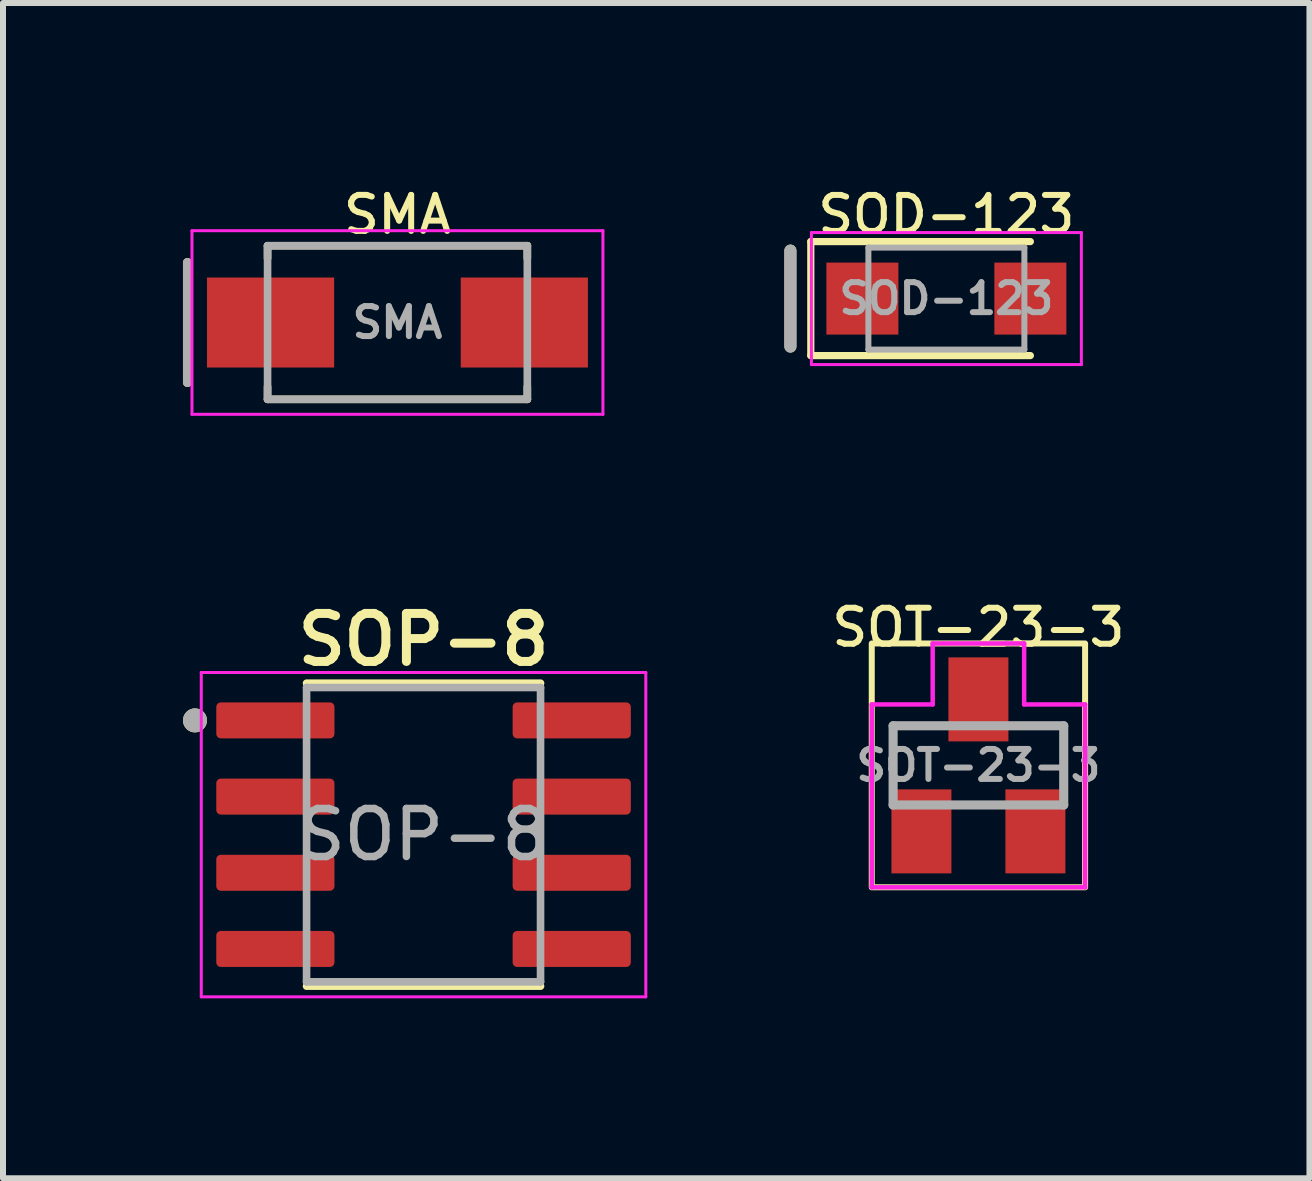
<source format=kicad_pcb>
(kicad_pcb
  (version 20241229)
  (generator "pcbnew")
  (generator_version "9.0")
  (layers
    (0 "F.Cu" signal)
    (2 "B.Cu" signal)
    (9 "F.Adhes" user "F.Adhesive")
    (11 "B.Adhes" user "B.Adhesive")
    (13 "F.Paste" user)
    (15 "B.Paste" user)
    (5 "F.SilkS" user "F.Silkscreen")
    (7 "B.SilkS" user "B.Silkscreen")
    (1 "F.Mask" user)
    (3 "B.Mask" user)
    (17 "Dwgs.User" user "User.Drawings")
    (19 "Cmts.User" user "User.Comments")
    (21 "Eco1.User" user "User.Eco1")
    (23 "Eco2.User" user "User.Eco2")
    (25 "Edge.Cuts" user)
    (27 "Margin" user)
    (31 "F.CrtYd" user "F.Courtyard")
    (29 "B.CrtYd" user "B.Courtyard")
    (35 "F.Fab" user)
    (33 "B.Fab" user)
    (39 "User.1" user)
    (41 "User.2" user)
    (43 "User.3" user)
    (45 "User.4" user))
  (footprint "SOD-123"
    (layer "F.Cu")
    (at 12.725 1.927)
    (property "Reference" "SOD-123" (at 0 -1.4 0) (layer "F.SilkS") (effects (font (size 0.6 0.6) (thickness 0.1) (bold yes))))
    (attr smd)
    (fp_line (start -2.6 -0.8) (end -2.6 0.8) (stroke (width 0.2) (type default)) (layer "F.SilkS"))
    (fp_line (start -2.26 -0.95) (end -2.26 0.95) (stroke (width 0.12) (type solid)) (layer "F.SilkS"))
    (fp_line (start -2.26 -0.95) (end 1.4 -0.95) (stroke (width 0.12) (type solid)) (layer "F.SilkS"))
    (fp_line (start -2.26 0.95) (end 1.4 0.95) (stroke (width 0.12) (type solid)) (layer "F.SilkS"))
    (fp_line (start -2.25 -1.1) (end -2.25 1.1) (stroke (width 0.05) (type solid)) (layer "F.CrtYd"))
    (fp_line (start -2.25 -1.1) (end 2.25 -1.1) (stroke (width 0.05) (type solid)) (layer "F.CrtYd"))
    (fp_line (start 2.25 -1.1) (end 2.25 1.1) (stroke (width 0.05) (type solid)) (layer "F.CrtYd"))
    (fp_line (start 2.25 1.1) (end -2.25 1.1) (stroke (width 0.05) (type solid)) (layer "F.CrtYd"))
    (fp_line (start -2.6 -0.8) (end -2.6 0.8) (stroke (width 0.2) (type default)) (layer "F.Fab"))
    (fp_line (start -1.3 -0.85) (end 1.3 -0.85) (stroke (width 0.1) (type solid)) (layer "F.Fab"))
    (fp_line (start -1.3 0.85) (end -1.3 -0.85) (stroke (width 0.1) (type solid)) (layer "F.Fab"))
    (fp_line (start 1.3 -0.85) (end 1.3 0.85) (stroke (width 0.1) (type solid)) (layer "F.Fab"))
    (fp_line (start 1.3 0.85) (end -1.3 0.85) (stroke (width 0.1) (type solid)) (layer "F.Fab"))
    (fp_text user "${REFERENCE}" (at 0 0 0) (layer "F.Fab") (effects (font (size 0.5 0.5) (thickness 0.1) (bold yes))))
    (pad "A" smd rect (at 1.4 0) (size 1.2 1.2) (layers "F.Cu" "F.Mask" "F.Paste"))
    (pad "C" smd rect (at -1.4 0) (size 1.2 1.2) (layers "F.Cu" "F.Mask" "F.Paste")))
  (footprint "SMA"
    (layer "F.Cu")
    (at 3.575 2.326)
    (property "Reference" "SMA" (at 0 -1.8 0) (layer "F.SilkS") (effects (font (size 0.6 0.6) (thickness 0.1) (bold yes))))
    (attr smd)
    (fp_line (start -3.5 -1) (end -3.5 1) (stroke (width 0.15) (type default)) (layer "F.SilkS"))
    (fp_line (start -2.165 -1.28) (end -2.165 -1.07) (stroke (width 0.127) (type solid)) (layer "F.SilkS"))
    (fp_line (start -2.165 1.28) (end -2.165 1.07) (stroke (width 0.127) (type solid)) (layer "F.SilkS"))
    (fp_line (start -2.165 1.28) (end 2.165 1.28) (stroke (width 0.127) (type solid)) (layer "F.SilkS"))
    (fp_line (start 2.165 -1.28) (end -2.165 -1.28) (stroke (width 0.127) (type solid)) (layer "F.SilkS"))
    (fp_line (start 2.165 -1.07) (end 2.165 -1.28) (stroke (width 0.127) (type solid)) (layer "F.SilkS"))
    (fp_line (start 2.165 1.28) (end 2.165 1.07) (stroke (width 0.127) (type solid)) (layer "F.SilkS"))
    (fp_line (start -3.425 -1.53) (end -3.425 1.53) (stroke (width 0.05) (type solid)) (layer "F.CrtYd"))
    (fp_line (start -3.425 1.53) (end 3.425 1.53) (stroke (width 0.05) (type solid)) (layer "F.CrtYd"))
    (fp_line (start 3.425 -1.53) (end -3.425 -1.53) (stroke (width 0.05) (type solid)) (layer "F.CrtYd"))
    (fp_line (start 3.425 1.53) (end 3.425 -1.53) (stroke (width 0.05) (type solid)) (layer "F.CrtYd"))
    (fp_line (start -3.5 -1) (end -3.5 1) (stroke (width 0.15) (type default)) (layer "F.Fab"))
    (fp_line (start -2.165 -1.28) (end -2.165 1.28) (stroke (width 0.127) (type solid)) (layer "F.Fab"))
    (fp_line (start -2.165 1.28) (end 2.165 1.28) (stroke (width 0.127) (type solid)) (layer "F.Fab"))
    (fp_line (start 2.165 -1.28) (end -2.165 -1.28) (stroke (width 0.127) (type solid)) (layer "F.Fab"))
    (fp_line (start 2.165 1.28) (end 2.165 -1.28) (stroke (width 0.127) (type solid)) (layer "F.Fab"))
    (fp_text user "${REFERENCE}" (at 0 0 0) (layer "F.Fab") (effects (font (size 0.5 0.5) (thickness 0.1) (bold yes))))
    (pad "A" smd rect (at 2.115 0) (size 2.12 1.5) (layers "F.Cu" "F.Mask" "F.Paste"))
    (pad "C" smd rect (at -2.115 0) (size 2.12 1.5) (layers "F.Cu" "F.Mask" "F.Paste")))
  (footprint "SOT-23-3"
    (layer "F.Cu")
    (at 13.259 9.708)
    (property "Reference" "SOT-23-3" (at 0 -2.3 0) (layer "F.SilkS") (effects (font (size 0.6 0.6) (thickness 0.1) (bold yes))))
    (attr smd)
    (fp_rect (start -1.778 -2.032) (end 1.778 2.032) (stroke (width 0.1) (type default)) (fill no) (layer "F.SilkS"))
    (fp_line (start -1.778 -1.016) (end -0.762 -1.016) (stroke (width 0.075) (type default)) (layer "F.CrtYd"))
    (fp_line (start -1.778 2.032) (end -1.778 -1.016) (stroke (width 0.075) (type default)) (layer "F.CrtYd"))
    (fp_line (start -0.762 -2.032) (end 0.762 -2.032) (stroke (width 0.075) (type default)) (layer "F.CrtYd"))
    (fp_line (start -0.762 -1.016) (end -0.762 -2.032) (stroke (width 0.075) (type default)) (layer "F.CrtYd"))
    (fp_line (start 0.762 -2.032) (end 0.762 -1.016) (stroke (width 0.075) (type default)) (layer "F.CrtYd"))
    (fp_line (start 0.762 -1.016) (end 1.778 -1.016) (stroke (width 0.075) (type default)) (layer "F.CrtYd"))
    (fp_line (start 1.778 -1.016) (end 1.778 2.032) (stroke (width 0.075) (type default)) (layer "F.CrtYd"))
    (fp_line (start 1.778 2.032) (end -1.778 2.032) (stroke (width 0.075) (type default)) (layer "F.CrtYd"))
    (fp_line (start -1.422 -0.66) (end 1.422 -0.66) (stroke (width 0.152) (type solid)) (layer "F.Fab"))
    (fp_line (start -1.422 0.66) (end -1.422 -0.66) (stroke (width 0.152) (type solid)) (layer "F.Fab"))
    (fp_line (start 1.422 -0.66) (end 1.422 0.66) (stroke (width 0.152) (type solid)) (layer "F.Fab"))
    (fp_line (start 1.422 0.66) (end -1.422 0.66) (stroke (width 0.152) (type solid)) (layer "F.Fab"))
    (fp_text user "${REFERENCE}" (at 0 0 0) (layer "F.Fab") (effects (font (size 0.5 0.5) (thickness 0.1) (bold yes))))
    (pad "1" smd rect (at -0.95 1.1) (size 1 1.4) (layers "F.Cu" "F.Mask" "F.Paste"))
    (pad "2" smd rect (at 0.95 1.1) (size 1 1.4) (layers "F.Cu" "F.Mask" "F.Paste"))
    (pad "3" smd rect (at 0 -1.1) (size 1 1.4) (layers "F.Cu" "F.Mask" "F.Paste")))
  (footprint "SOP-8"
    (layer "F.Cu")
    (at 4.01 10.863)
    (property "Reference" "SOP-8" (at 0 -3.25 0) (layer "F.SilkS") (effects (font (size 0.8 0.8) (thickness 0.15))))
    (attr smd)
    (fp_line (start -1.95 -2.525) (end 1.95 -2.525) (stroke (width 0.127) (type solid)) (layer "F.SilkS"))
    (fp_line (start -1.95 2.525) (end 1.95 2.525) (stroke (width 0.127) (type solid)) (layer "F.SilkS"))
    (fp_circle (center -3.81 -1.905) (end -3.71 -1.905) (stroke (width 0.2) (type solid)) (fill no) (layer "F.SilkS"))
    (fp_line (start -3.705 -2.703) (end -3.705 2.703) (stroke (width 0.05) (type solid)) (layer "F.CrtYd"))
    (fp_line (start -3.705 -2.703) (end 3.705 -2.703) (stroke (width 0.05) (type solid)) (layer "F.CrtYd"))
    (fp_line (start -3.705 2.703) (end 3.705 2.703) (stroke (width 0.05) (type solid)) (layer "F.CrtYd"))
    (fp_line (start 3.705 -2.703) (end 3.705 2.703) (stroke (width 0.05) (type solid)) (layer "F.CrtYd"))
    (fp_line (start -1.95 -2.453) (end -1.95 2.453) (stroke (width 0.127) (type solid)) (layer "F.Fab"))
    (fp_line (start -1.95 -2.453) (end 1.95 -2.453) (stroke (width 0.127) (type solid)) (layer "F.Fab"))
    (fp_line (start -1.95 2.453) (end 1.95 2.453) (stroke (width 0.127) (type solid)) (layer "F.Fab"))
    (fp_line (start 1.95 -2.453) (end 1.95 2.453) (stroke (width 0.127) (type solid)) (layer "F.Fab"))
    (fp_circle (center -3.81 -1.905) (end -3.71 -1.905) (stroke (width 0.2) (type solid)) (fill no) (layer "F.Fab"))
    (fp_text user "${REFERENCE}" (at 0 0 0) (unlocked yes) (layer "F.Fab") (effects (font (size 0.8 0.8) (thickness 0.125))))
    (pad "1" smd roundrect (at -2.47 -1.905) (size 1.97 0.6) (layers "F.Cu" "F.Mask" "F.Paste") (roundrect_rratio 0.125))
    (pad "2" smd roundrect (at -2.47 -0.635) (size 1.97 0.6) (layers "F.Cu" "F.Mask" "F.Paste") (roundrect_rratio 0.125))
    (pad "3" smd roundrect (at -2.47 0.635) (size 1.97 0.6) (layers "F.Cu" "F.Mask" "F.Paste") (roundrect_rratio 0.125))
    (pad "4" smd roundrect (at -2.47 1.905) (size 1.97 0.6) (layers "F.Cu" "F.Mask" "F.Paste") (roundrect_rratio 0.125))
    (pad "5" smd roundrect (at 2.47 1.905) (size 1.97 0.6) (layers "F.Cu" "F.Mask" "F.Paste") (roundrect_rratio 0.125))
    (pad "6" smd roundrect (at 2.47 0.635) (size 1.97 0.6) (layers "F.Cu" "F.Mask" "F.Paste") (roundrect_rratio 0.125))
    (pad "7" smd roundrect (at 2.47 -0.635) (size 1.97 0.6) (layers "F.Cu" "F.Mask" "F.Paste") (roundrect_rratio 0.125))
    (pad "8" smd roundrect (at 2.47 -1.905) (size 1.97 0.6) (layers "F.Cu" "F.Mask" "F.Paste") (roundrect_rratio 0.125)))
  (gr_rect
    (start -3 -3)
    (end 18.777 16.59)
    (stroke (width 0.1) (type default))
    (fill no)
    (layer "Edge.Cuts")))
</source>
